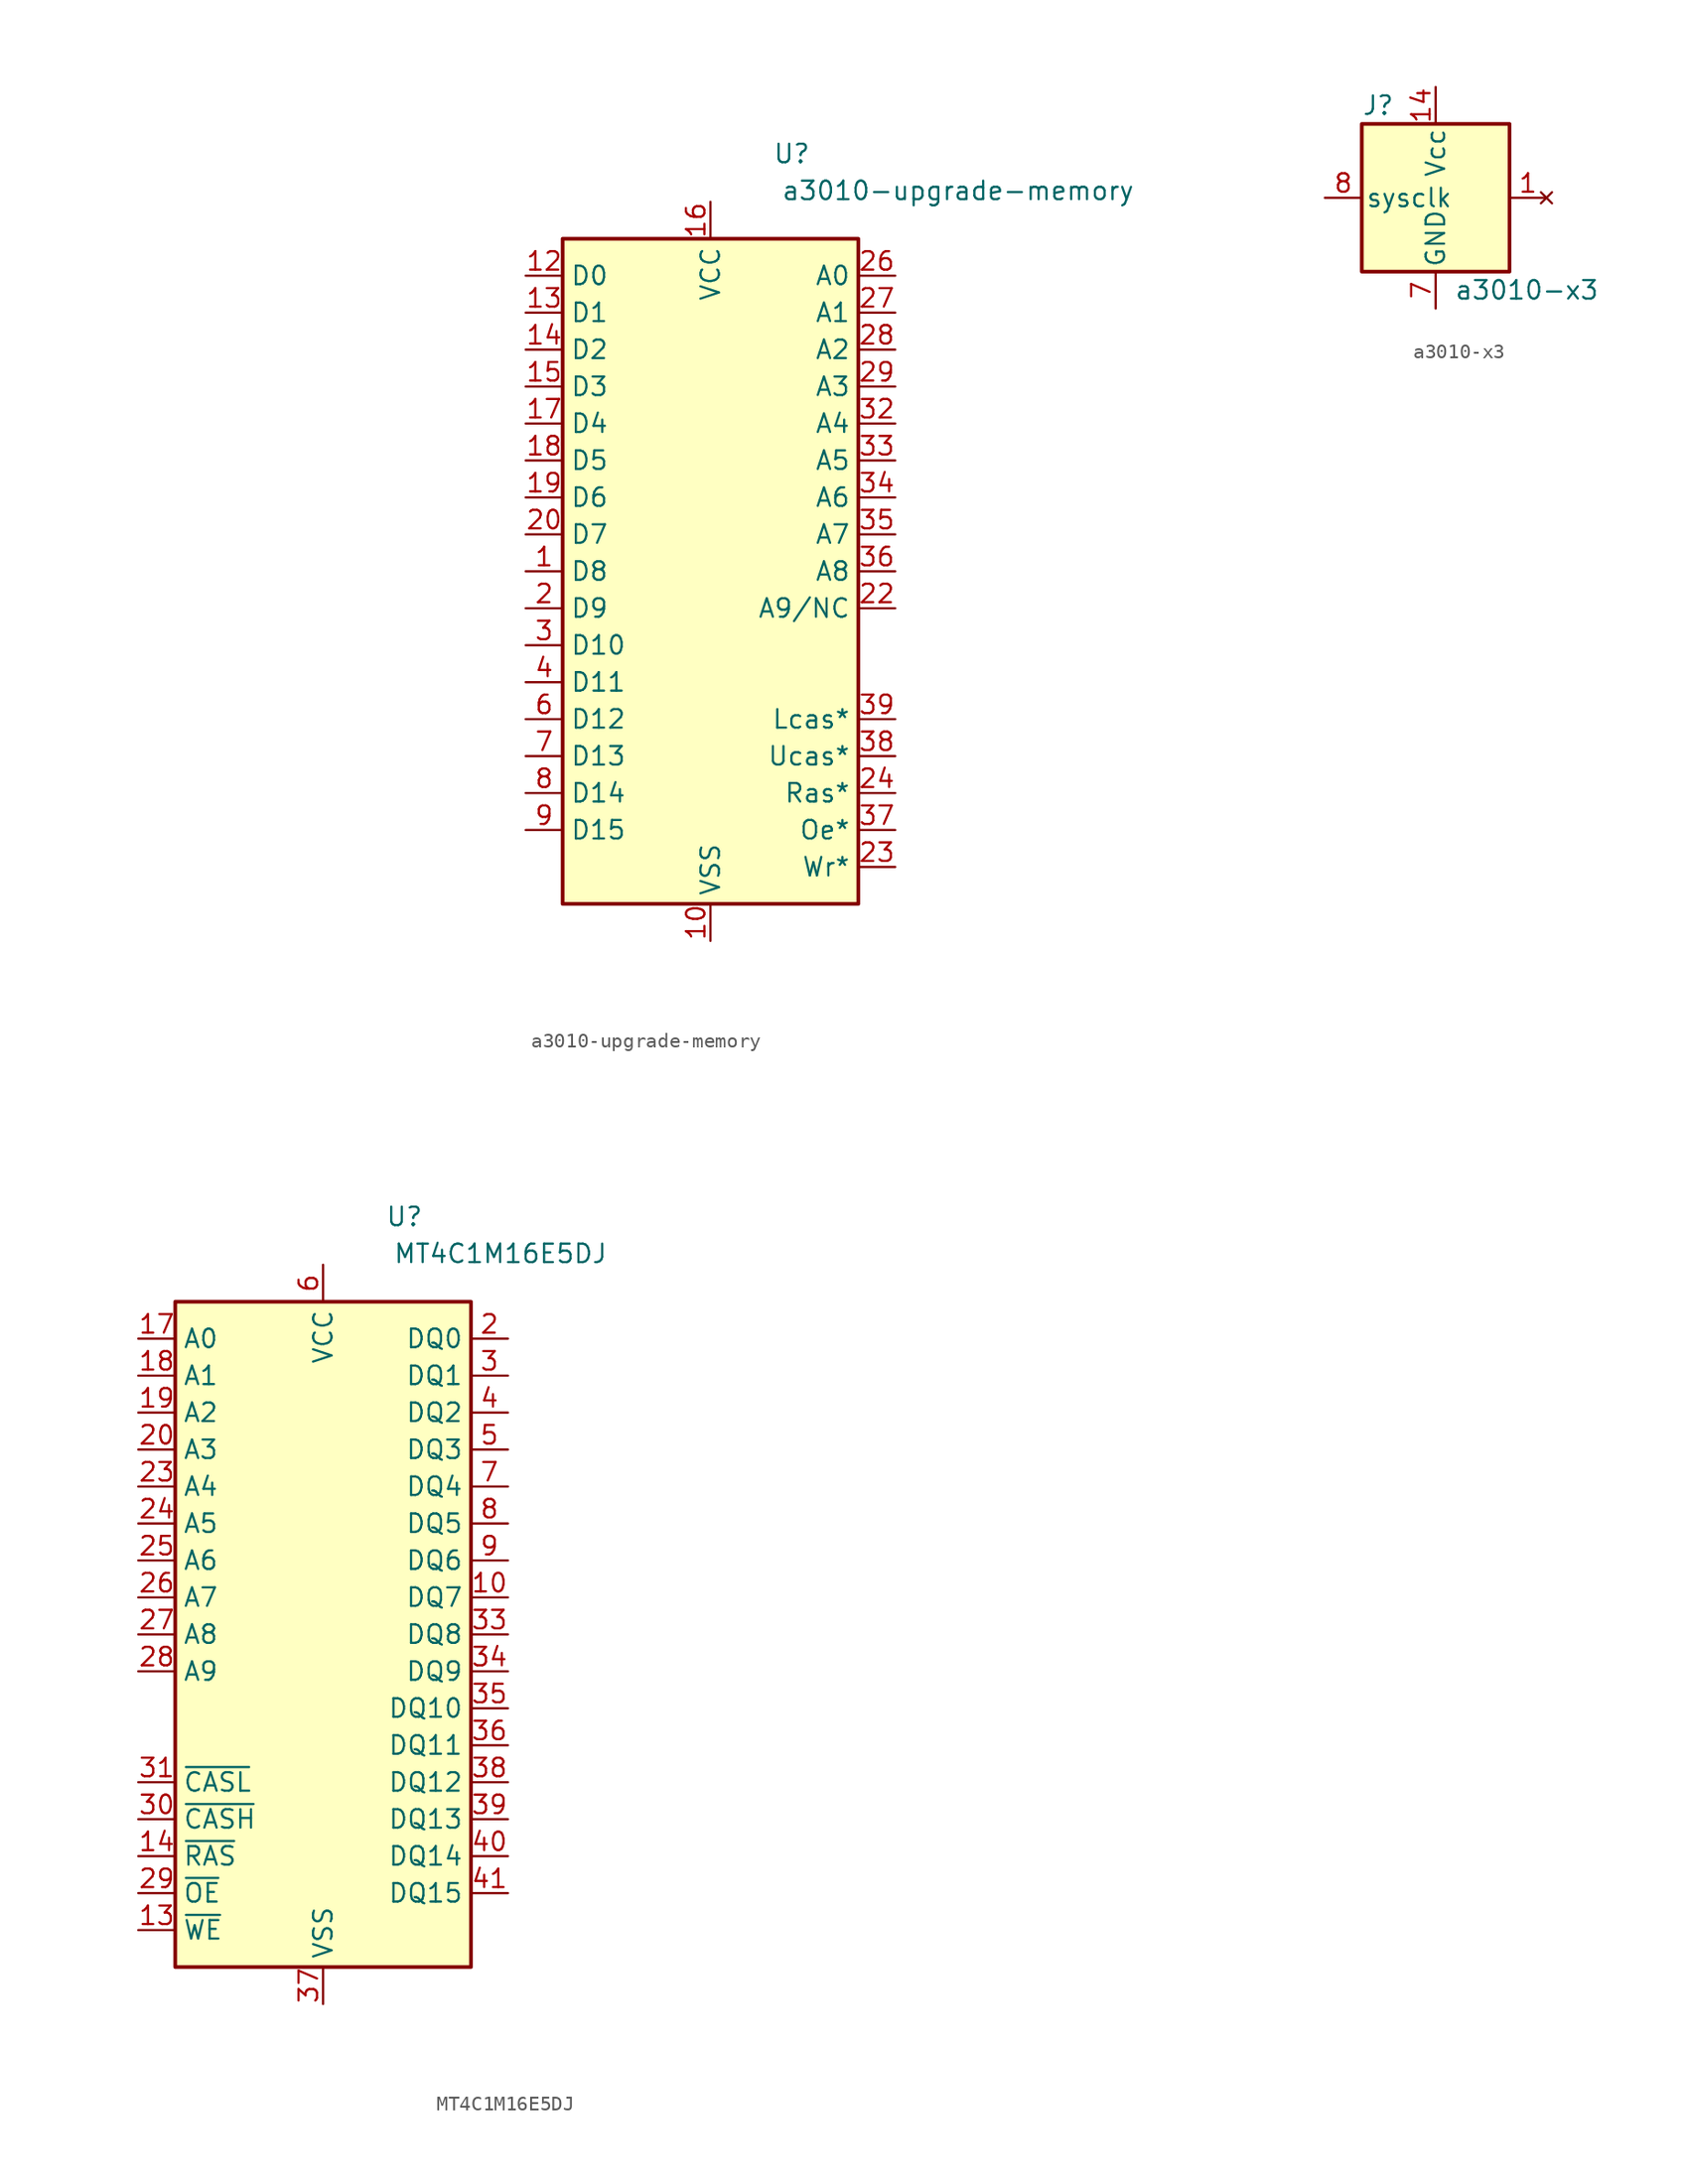
<source format=kicad_sym>
(kicad_symbol_lib
  (version 20241209)
  (generator "kicad_symbol_editor")
  (generator_version "9.0")
  (symbol "a3010-upgrade-memory"
    (property "Reference" "U"
      (at 5.588 28.702 0)
      (effects (font (size 1.27 1.27))))
    (property "Value" "a3010-upgrade-memory"
      (at 17.018 26.162 0)
      (effects (font (size 1.27 1.27))))
    (symbol "a3010-upgrade-memory_0_1"
      (rectangle (start -10.16 22.86) (end 10.16 -22.86) (stroke (width 0.254) (type default)) (fill (type background))))
    (symbol "a3010-upgrade-memory_1_1"
      (pin no_connect line (at -38.1 2.54 0) (length 2.54) (hide yes) (name "NC" (effects (font (size 1.27 1.27)))) (number "40" (effects (font (size 1.27 1.27)))))
      (pin no_connect line (at -38.1 0 0) (length 2.54) (hide yes) (name "NC" (effects (font (size 1.27 1.27)))) (number "25" (effects (font (size 1.27 1.27)))))
      (pin no_connect line (at -38.1 -2.54 0) (length 2.54) (hide yes) (name "NC" (effects (font (size 1.27 1.27)))) (number "21" (effects (font (size 1.27 1.27)))))
      (pin bidirectional line (at -12.7 20.32 0) (length 2.54) (name "D0" (effects (font (size 1.27 1.27)))) (number "12" (effects (font (size 1.27 1.27)))))
      (pin bidirectional line (at -12.7 17.78 0) (length 2.54) (name "D1" (effects (font (size 1.27 1.27)))) (number "13" (effects (font (size 1.27 1.27)))))
      (pin bidirectional line (at -12.7 15.24 0) (length 2.54) (name "D2" (effects (font (size 1.27 1.27)))) (number "14" (effects (font (size 1.27 1.27)))))
      (pin bidirectional line (at -12.7 12.7 0) (length 2.54) (name "D3" (effects (font (size 1.27 1.27)))) (number "15" (effects (font (size 1.27 1.27)))))
      (pin bidirectional line (at -12.7 10.16 0) (length 2.54) (name "D4" (effects (font (size 1.27 1.27)))) (number "17" (effects (font (size 1.27 1.27)))))
      (pin bidirectional line (at -12.7 7.62 0) (length 2.54) (name "D5" (effects (font (size 1.27 1.27)))) (number "18" (effects (font (size 1.27 1.27)))))
      (pin bidirectional line (at -12.7 5.08 0) (length 2.54) (name "D6" (effects (font (size 1.27 1.27)))) (number "19" (effects (font (size 1.27 1.27)))))
      (pin bidirectional line (at -12.7 2.54 0) (length 2.54) (name "D7" (effects (font (size 1.27 1.27)))) (number "20" (effects (font (size 1.27 1.27)))))
      (pin bidirectional line (at -12.7 0 0) (length 2.54) (name "D8" (effects (font (size 1.27 1.27)))) (number "1" (effects (font (size 1.27 1.27)))))
      (pin bidirectional line (at -12.7 -2.54 0) (length 2.54) (name "D9" (effects (font (size 1.27 1.27)))) (number "2" (effects (font (size 1.27 1.27)))))
      (pin bidirectional line (at -12.7 -5.08 0) (length 2.54) (name "D10" (effects (font (size 1.27 1.27)))) (number "3" (effects (font (size 1.27 1.27)))))
      (pin bidirectional line (at -12.7 -7.62 0) (length 2.54) (name "D11" (effects (font (size 1.27 1.27)))) (number "4" (effects (font (size 1.27 1.27)))))
      (pin bidirectional line (at -12.7 -10.16 0) (length 2.54) (name "D12" (effects (font (size 1.27 1.27)))) (number "6" (effects (font (size 1.27 1.27)))))
      (pin bidirectional line (at -12.7 -12.7 0) (length 2.54) (name "D13" (effects (font (size 1.27 1.27)))) (number "7" (effects (font (size 1.27 1.27)))))
      (pin bidirectional line (at -12.7 -15.24 0) (length 2.54) (name "D14" (effects (font (size 1.27 1.27)))) (number "8" (effects (font (size 1.27 1.27)))))
      (pin bidirectional line (at -12.7 -17.78 0) (length 2.54) (name "D15" (effects (font (size 1.27 1.27)))) (number "9" (effects (font (size 1.27 1.27)))))
      (pin passive line (at 0 25.4 270) (length 2.54) (hide yes) (name "VCC" (effects (font (size 1.27 1.27)))) (number "11" (effects (font (size 1.27 1.27)))))
      (pin power_out line (at 0 25.4 270) (length 2.54) (name "VCC" (effects (font (size 1.27 1.27)))) (number "16" (effects (font (size 1.27 1.27)))))
      (pin passive line (at 0 25.4 270) (length 2.54) (hide yes) (name "VCC" (effects (font (size 1.27 1.27)))) (number "30" (effects (font (size 1.27 1.27)))))
      (pin power_out line (at 0 -25.4 90) (length 2.54) (name "VSS" (effects (font (size 1.27 1.27)))) (number "10" (effects (font (size 1.27 1.27)))))
      (pin passive line (at 0 -25.4 90) (length 2.54) (hide yes) (name "VSS" (effects (font (size 1.27 1.27)))) (number "31" (effects (font (size 1.27 1.27)))))
      (pin passive line (at 0 -25.4 90) (length 2.54) (hide yes) (name "VSS" (effects (font (size 1.27 1.27)))) (number "5" (effects (font (size 1.27 1.27)))))
      (pin output line (at 12.7 20.32 180) (length 2.54) (name "A0" (effects (font (size 1.27 1.27)))) (number "26" (effects (font (size 1.27 1.27)))))
      (pin output line (at 12.7 17.78 180) (length 2.54) (name "A1" (effects (font (size 1.27 1.27)))) (number "27" (effects (font (size 1.27 1.27)))))
      (pin output line (at 12.7 15.24 180) (length 2.54) (name "A2" (effects (font (size 1.27 1.27)))) (number "28" (effects (font (size 1.27 1.27)))))
      (pin output line (at 12.7 12.7 180) (length 2.54) (name "A3" (effects (font (size 1.27 1.27)))) (number "29" (effects (font (size 1.27 1.27)))))
      (pin output line (at 12.7 10.16 180) (length 2.54) (name "A4" (effects (font (size 1.27 1.27)))) (number "32" (effects (font (size 1.27 1.27)))))
      (pin output line (at 12.7 7.62 180) (length 2.54) (name "A5" (effects (font (size 1.27 1.27)))) (number "33" (effects (font (size 1.27 1.27)))))
      (pin output line (at 12.7 5.08 180) (length 2.54) (name "A6" (effects (font (size 1.27 1.27)))) (number "34" (effects (font (size 1.27 1.27)))))
      (pin output line (at 12.7 2.54 180) (length 2.54) (name "A7" (effects (font (size 1.27 1.27)))) (number "35" (effects (font (size 1.27 1.27)))))
      (pin output line (at 12.7 0 180) (length 2.54) (name "A8" (effects (font (size 1.27 1.27)))) (number "36" (effects (font (size 1.27 1.27)))))
      (pin output line (at 12.7 -2.54 180) (length 2.54) (name "A9/NC" (effects (font (size 1.27 1.27)))) (number "22" (effects (font (size 1.27 1.27)))))
      (pin output line (at 12.7 -10.16 180) (length 2.54) (name "Lcas*" (effects (font (size 1.27 1.27)))) (number "39" (effects (font (size 1.27 1.27)))))
      (pin output line (at 12.7 -12.7 180) (length 2.54) (name "Ucas*" (effects (font (size 1.27 1.27)))) (number "38" (effects (font (size 1.27 1.27)))))
      (pin output line (at 12.7 -15.24 180) (length 2.54) (name "Ras*" (effects (font (size 1.27 1.27)))) (number "24" (effects (font (size 1.27 1.27)))))
      (pin output line (at 12.7 -17.78 180) (length 2.54) (name "Oe*" (effects (font (size 1.27 1.27)))) (number "37" (effects (font (size 1.27 1.27)))))
      (pin output line (at 12.7 -20.32 180) (length 2.54) (name "Wr*" (effects (font (size 1.27 1.27)))) (number "23" (effects (font (size 1.27 1.27)))))))
  (symbol "a3010-x3"
    (pin_names
      (offset 0.254))
    (property "Reference" "J"
      (at -5.08 6.35 0)
      (effects (font (size 1.27 1.27)) (justify left)))
    (property "Value" "a3010-x3"
      (at 1.27 -6.35 0)
      (effects (font (size 1.27 1.27)) (justify left)))
    (symbol "a3010-x3_0_1"
      (rectangle (start -5.08 5.08) (end 5.08 -5.08) (stroke (width 0.254) (type default)) (fill (type background))))
    (symbol "a3010-x3_1_1"
      (pin input line (at -7.62 0 0) (length 2.54) (name "sysclk" (effects (font (size 1.27 1.27)))) (number "8" (effects (font (size 1.27 1.27)))))
      (pin power_out line (at 0 7.62 270) (length 2.54) (name "Vcc" (effects (font (size 1.27 1.27)))) (number "14" (effects (font (size 1.27 1.27)))))
      (pin power_out line (at 0 -7.62 90) (length 2.54) (name "GND" (effects (font (size 1.27 1.27)))) (number "7" (effects (font (size 1.27 1.27)))))
      (pin no_connect line (at 7.62 0 180) (length 2.54) (name "" (effects (font (size 1.27 1.27)))) (number "1" (effects (font (size 1.27 1.27)))))))
  (symbol "MT4C1M16E5DJ"
    (property "Reference" "U"
      (at 5.588 28.702 0)
      (effects (font (size 1.27 1.27))))
    (property "Value" "MT4C1M16E5DJ"
      (at 12.192 26.162 0)
      (effects (font (size 1.27 1.27))))
    (symbol "MT4C1M16E5DJ_0_1"
      (rectangle (start -10.16 22.86) (end 10.16 -22.86) (stroke (width 0.254) (type default)) (fill (type background))))
    (symbol "MT4C1M16E5DJ_1_0"
      (pin power_in line (at 0 -25.4 90) (length 2.54) (name "VSS" (effects (font (size 1.27 1.27)))) (number "37" (effects (font (size 1.27 1.27)))))
      (pin no_connect line (at 38.1 5.08 180) (length 2.54) (hide yes) (name "NC" (effects (font (size 1.27 1.27)))) (number "11" (effects (font (size 1.27 1.27)))))
      (pin no_connect line (at 38.1 2.54 180) (length 2.54) (hide yes) (name "NC" (effects (font (size 1.27 1.27)))) (number "12" (effects (font (size 1.27 1.27)))))
      (pin no_connect line (at 38.1 0 180) (length 2.54) (hide yes) (name "NC" (effects (font (size 1.27 1.27)))) (number "16" (effects (font (size 1.27 1.27)))))
      (pin no_connect line (at 38.1 -2.54 180) (length 2.54) (hide yes) (name "NC" (effects (font (size 1.27 1.27)))) (number "15" (effects (font (size 1.27 1.27)))))
      (pin no_connect line (at 38.1 -5.08 180) (length 2.54) (hide yes) (name "NC" (effects (font (size 1.27 1.27)))) (number "32" (effects (font (size 1.27 1.27))))))
    (symbol "MT4C1M16E5DJ_1_1"
      (pin input line (at -12.7 20.32 0) (length 2.54) (name "A0" (effects (font (size 1.27 1.27)))) (number "17" (effects (font (size 1.27 1.27)))))
      (pin input line (at -12.7 17.78 0) (length 2.54) (name "A1" (effects (font (size 1.27 1.27)))) (number "18" (effects (font (size 1.27 1.27)))))
      (pin input line (at -12.7 15.24 0) (length 2.54) (name "A2" (effects (font (size 1.27 1.27)))) (number "19" (effects (font (size 1.27 1.27)))))
      (pin input line (at -12.7 12.7 0) (length 2.54) (name "A3" (effects (font (size 1.27 1.27)))) (number "20" (effects (font (size 1.27 1.27)))))
      (pin input line (at -12.7 10.16 0) (length 2.54) (name "A4" (effects (font (size 1.27 1.27)))) (number "23" (effects (font (size 1.27 1.27)))))
      (pin input line (at -12.7 7.62 0) (length 2.54) (name "A5" (effects (font (size 1.27 1.27)))) (number "24" (effects (font (size 1.27 1.27)))))
      (pin input line (at -12.7 5.08 0) (length 2.54) (name "A6" (effects (font (size 1.27 1.27)))) (number "25" (effects (font (size 1.27 1.27)))))
      (pin input line (at -12.7 2.54 0) (length 2.54) (name "A7" (effects (font (size 1.27 1.27)))) (number "26" (effects (font (size 1.27 1.27)))))
      (pin input line (at -12.7 0 0) (length 2.54) (name "A8" (effects (font (size 1.27 1.27)))) (number "27" (effects (font (size 1.27 1.27)))))
      (pin input line (at -12.7 -2.54 0) (length 2.54) (name "A9" (effects (font (size 1.27 1.27)))) (number "28" (effects (font (size 1.27 1.27)))))
      (pin input line (at -12.7 -10.16 0) (length 2.54) (name "~{CASL}" (effects (font (size 1.27 1.27)))) (number "31" (effects (font (size 1.27 1.27)))))
      (pin input line (at -12.7 -12.7 0) (length 2.54) (name "~{CASH}" (effects (font (size 1.27 1.27)))) (number "30" (effects (font (size 1.27 1.27)))))
      (pin input line (at -12.7 -15.24 0) (length 2.54) (name "~{RAS}" (effects (font (size 1.27 1.27)))) (number "14" (effects (font (size 1.27 1.27)))))
      (pin input line (at -12.7 -17.78 0) (length 2.54) (name "~{OE}" (effects (font (size 1.27 1.27)))) (number "29" (effects (font (size 1.27 1.27)))))
      (pin input line (at -12.7 -20.32 0) (length 2.54) (name "~{WE}" (effects (font (size 1.27 1.27)))) (number "13" (effects (font (size 1.27 1.27)))))
      (pin passive line (at 0 25.4 270) (length 2.54) (hide yes) (name "VCC" (effects (font (size 1.27 1.27)))) (number "1" (effects (font (size 1.27 1.27)))))
      (pin passive line (at 0 25.4 270) (length 2.54) (hide yes) (name "VCC" (effects (font (size 1.27 1.27)))) (number "21" (effects (font (size 1.27 1.27)))))
      (pin power_in line (at 0 25.4 270) (length 2.54) (name "VCC" (effects (font (size 1.27 1.27)))) (number "6" (effects (font (size 1.27 1.27)))))
      (pin passive line (at 0 -25.4 90) (length 2.54) (hide yes) (name "VSS" (effects (font (size 1.27 1.27)))) (number "22" (effects (font (size 1.27 1.27)))))
      (pin passive line (at 0 -25.4 90) (length 2.54) (hide yes) (name "VSS" (effects (font (size 1.27 1.27)))) (number "42" (effects (font (size 1.27 1.27)))))
      (pin tri_state line (at 12.7 20.32 180) (length 2.54) (name "DQ0" (effects (font (size 1.27 1.27)))) (number "2" (effects (font (size 1.27 1.27)))))
      (pin tri_state line (at 12.7 17.78 180) (length 2.54) (name "DQ1" (effects (font (size 1.27 1.27)))) (number "3" (effects (font (size 1.27 1.27)))))
      (pin tri_state line (at 12.7 15.24 180) (length 2.54) (name "DQ2" (effects (font (size 1.27 1.27)))) (number "4" (effects (font (size 1.27 1.27)))))
      (pin tri_state line (at 12.7 12.7 180) (length 2.54) (name "DQ3" (effects (font (size 1.27 1.27)))) (number "5" (effects (font (size 1.27 1.27)))))
      (pin tri_state line (at 12.7 10.16 180) (length 2.54) (name "DQ4" (effects (font (size 1.27 1.27)))) (number "7" (effects (font (size 1.27 1.27)))))
      (pin tri_state line (at 12.7 7.62 180) (length 2.54) (name "DQ5" (effects (font (size 1.27 1.27)))) (number "8" (effects (font (size 1.27 1.27)))))
      (pin tri_state line (at 12.7 5.08 180) (length 2.54) (name "DQ6" (effects (font (size 1.27 1.27)))) (number "9" (effects (font (size 1.27 1.27)))))
      (pin tri_state line (at 12.7 2.54 180) (length 2.54) (name "DQ7" (effects (font (size 1.27 1.27)))) (number "10" (effects (font (size 1.27 1.27)))))
      (pin tri_state line (at 12.7 0 180) (length 2.54) (name "DQ8" (effects (font (size 1.27 1.27)))) (number "33" (effects (font (size 1.27 1.27)))))
      (pin tri_state line (at 12.7 -2.54 180) (length 2.54) (name "DQ9" (effects (font (size 1.27 1.27)))) (number "34" (effects (font (size 1.27 1.27)))))
      (pin tri_state line (at 12.7 -5.08 180) (length 2.54) (name "DQ10" (effects (font (size 1.27 1.27)))) (number "35" (effects (font (size 1.27 1.27)))))
      (pin tri_state line (at 12.7 -7.62 180) (length 2.54) (name "DQ11" (effects (font (size 1.27 1.27)))) (number "36" (effects (font (size 1.27 1.27)))))
      (pin tri_state line (at 12.7 -10.16 180) (length 2.54) (name "DQ12" (effects (font (size 1.27 1.27)))) (number "38" (effects (font (size 1.27 1.27)))))
      (pin tri_state line (at 12.7 -12.7 180) (length 2.54) (name "DQ13" (effects (font (size 1.27 1.27)))) (number "39" (effects (font (size 1.27 1.27)))))
      (pin tri_state line (at 12.7 -15.24 180) (length 2.54) (name "DQ14" (effects (font (size 1.27 1.27)))) (number "40" (effects (font (size 1.27 1.27)))))
      (pin tri_state line (at 12.7 -17.78 180) (length 2.54) (name "DQ15" (effects (font (size 1.27 1.27)))) (number "41" (effects (font (size 1.27 1.27))))))))
</source>
